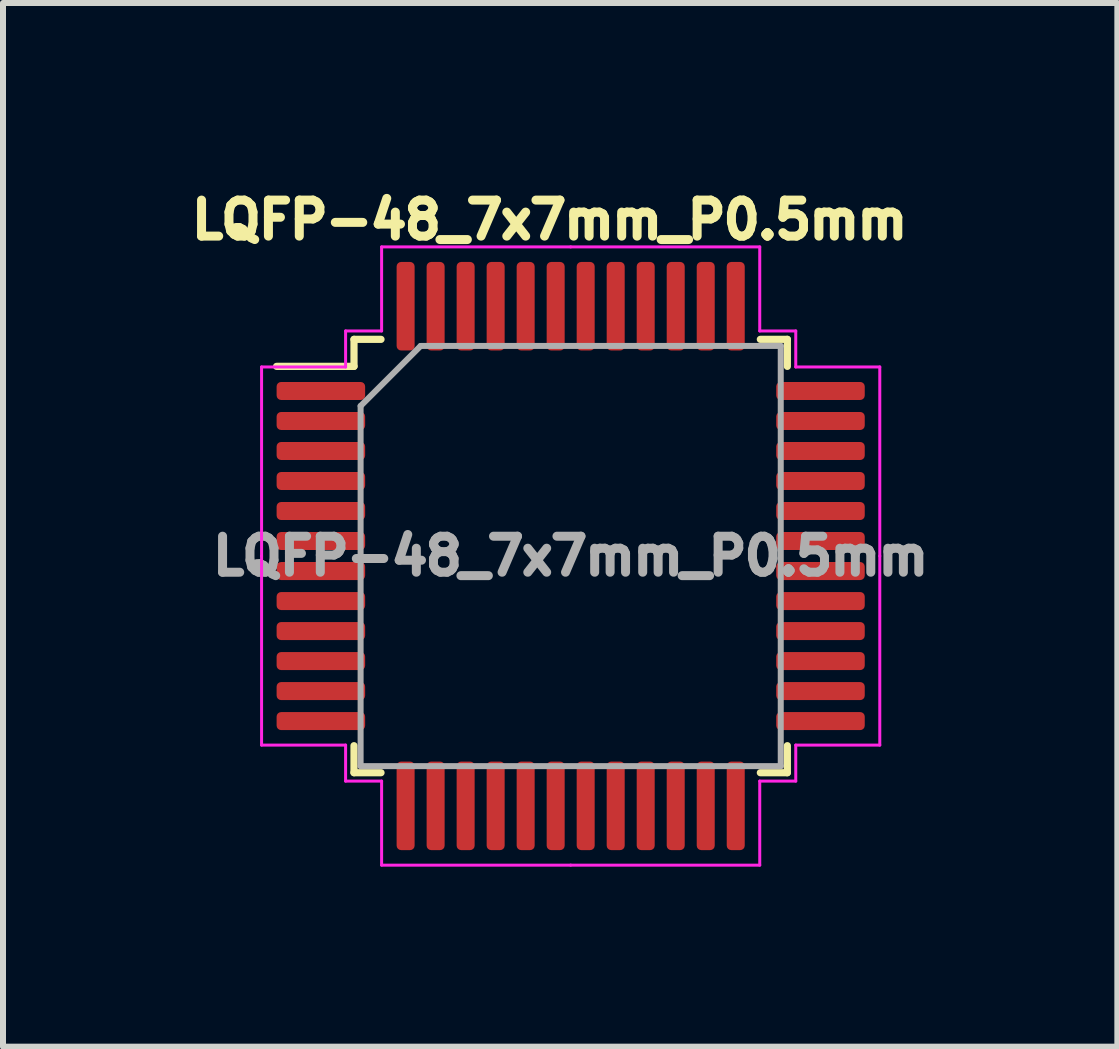
<source format=kicad_pcb>
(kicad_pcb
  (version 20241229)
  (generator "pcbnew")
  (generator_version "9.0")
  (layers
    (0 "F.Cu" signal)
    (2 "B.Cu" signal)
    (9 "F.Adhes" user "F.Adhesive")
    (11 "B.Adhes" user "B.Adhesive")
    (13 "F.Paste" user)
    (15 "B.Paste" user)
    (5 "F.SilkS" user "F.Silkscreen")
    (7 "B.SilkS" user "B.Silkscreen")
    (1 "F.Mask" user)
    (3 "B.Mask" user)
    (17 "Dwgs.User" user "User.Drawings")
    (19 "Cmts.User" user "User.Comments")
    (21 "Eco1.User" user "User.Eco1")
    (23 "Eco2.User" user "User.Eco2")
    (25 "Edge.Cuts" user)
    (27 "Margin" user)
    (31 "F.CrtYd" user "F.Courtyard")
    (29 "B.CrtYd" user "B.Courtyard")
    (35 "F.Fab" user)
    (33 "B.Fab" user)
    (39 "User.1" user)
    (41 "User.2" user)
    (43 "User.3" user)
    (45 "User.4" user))
  (footprint "LQFP-48_7x7mm_P0.5mm"
    (layer "F.Cu")
    (at 6.458 6.214)
    (property "Reference" "LQFP-48_7x7mm_P0.5mm" (at -0.35 -5.6 180) (layer "F.SilkS") (effects (font (size 0.6 0.6) (thickness 0.15))))
    (attr smd)
    (fp_line (start -3.61 -3.61) (end -3.61 -3.16) (stroke (width 0.12) (type solid)) (layer "F.SilkS"))
    (fp_line (start -3.61 -3.16) (end -4.9 -3.16) (stroke (width 0.12) (type solid)) (layer "F.SilkS"))
    (fp_line (start -3.61 3.61) (end -3.61 3.16) (stroke (width 0.12) (type solid)) (layer "F.SilkS"))
    (fp_line (start -3.16 -3.61) (end -3.61 -3.61) (stroke (width 0.12) (type solid)) (layer "F.SilkS"))
    (fp_line (start -3.16 3.61) (end -3.61 3.61) (stroke (width 0.12) (type solid)) (layer "F.SilkS"))
    (fp_line (start 3.16 -3.61) (end 3.61 -3.61) (stroke (width 0.12) (type solid)) (layer "F.SilkS"))
    (fp_line (start 3.16 3.61) (end 3.61 3.61) (stroke (width 0.12) (type solid)) (layer "F.SilkS"))
    (fp_line (start 3.61 -3.61) (end 3.61 -3.16) (stroke (width 0.12) (type solid)) (layer "F.SilkS"))
    (fp_line (start 3.61 3.61) (end 3.61 3.16) (stroke (width 0.12) (type solid)) (layer "F.SilkS"))
    (fp_line (start -5.15 -3.15) (end -5.15 0) (stroke (width 0.05) (type solid)) (layer "F.CrtYd"))
    (fp_line (start -5.15 3.15) (end -5.15 0) (stroke (width 0.05) (type solid)) (layer "F.CrtYd"))
    (fp_line (start -3.75 -3.75) (end -3.75 -3.15) (stroke (width 0.05) (type solid)) (layer "F.CrtYd"))
    (fp_line (start -3.75 -3.15) (end -5.15 -3.15) (stroke (width 0.05) (type solid)) (layer "F.CrtYd"))
    (fp_line (start -3.75 3.15) (end -5.15 3.15) (stroke (width 0.05) (type solid)) (layer "F.CrtYd"))
    (fp_line (start -3.75 3.75) (end -3.75 3.15) (stroke (width 0.05) (type solid)) (layer "F.CrtYd"))
    (fp_line (start -3.15 -5.15) (end -3.15 -3.75) (stroke (width 0.05) (type solid)) (layer "F.CrtYd"))
    (fp_line (start -3.15 -3.75) (end -3.75 -3.75) (stroke (width 0.05) (type solid)) (layer "F.CrtYd"))
    (fp_line (start -3.15 3.75) (end -3.75 3.75) (stroke (width 0.05) (type solid)) (layer "F.CrtYd"))
    (fp_line (start -3.15 5.15) (end -3.15 3.75) (stroke (width 0.05) (type solid)) (layer "F.CrtYd"))
    (fp_line (start 0 -5.15) (end -3.15 -5.15) (stroke (width 0.05) (type solid)) (layer "F.CrtYd"))
    (fp_line (start 0 -5.15) (end 3.15 -5.15) (stroke (width 0.05) (type solid)) (layer "F.CrtYd"))
    (fp_line (start 0 5.15) (end -3.15 5.15) (stroke (width 0.05) (type solid)) (layer "F.CrtYd"))
    (fp_line (start 0 5.15) (end 3.15 5.15) (stroke (width 0.05) (type solid)) (layer "F.CrtYd"))
    (fp_line (start 3.15 -5.15) (end 3.15 -3.75) (stroke (width 0.05) (type solid)) (layer "F.CrtYd"))
    (fp_line (start 3.15 -3.75) (end 3.75 -3.75) (stroke (width 0.05) (type solid)) (layer "F.CrtYd"))
    (fp_line (start 3.15 3.75) (end 3.75 3.75) (stroke (width 0.05) (type solid)) (layer "F.CrtYd"))
    (fp_line (start 3.15 5.15) (end 3.15 3.75) (stroke (width 0.05) (type solid)) (layer "F.CrtYd"))
    (fp_line (start 3.75 -3.75) (end 3.75 -3.15) (stroke (width 0.05) (type solid)) (layer "F.CrtYd"))
    (fp_line (start 3.75 -3.15) (end 5.15 -3.15) (stroke (width 0.05) (type solid)) (layer "F.CrtYd"))
    (fp_line (start 3.75 3.15) (end 5.15 3.15) (stroke (width 0.05) (type solid)) (layer "F.CrtYd"))
    (fp_line (start 3.75 3.75) (end 3.75 3.15) (stroke (width 0.05) (type solid)) (layer "F.CrtYd"))
    (fp_line (start 5.15 -3.15) (end 5.15 0) (stroke (width 0.05) (type solid)) (layer "F.CrtYd"))
    (fp_line (start 5.15 3.15) (end 5.15 0) (stroke (width 0.05) (type solid)) (layer "F.CrtYd"))
    (fp_line (start -3.5 -2.5) (end -2.5 -3.5) (stroke (width 0.1) (type solid)) (layer "F.Fab"))
    (fp_line (start -3.5 3.5) (end -3.5 -2.5) (stroke (width 0.1) (type solid)) (layer "F.Fab"))
    (fp_line (start -2.5 -3.5) (end 3.5 -3.5) (stroke (width 0.1) (type solid)) (layer "F.Fab"))
    (fp_line (start 3.5 -3.5) (end 3.5 3.5) (stroke (width 0.1) (type solid)) (layer "F.Fab"))
    (fp_line (start 3.5 3.5) (end -3.5 3.5) (stroke (width 0.1) (type solid)) (layer "F.Fab"))
    (fp_text user "${REFERENCE}" (at 0 0 180) (layer "F.Fab") (effects (font (size 0.6 0.6) (thickness 0.15))))
    (pad "1" smd roundrect (at -4.162 -2.75) (size 1.475 0.3) (layers "F.Cu" "F.Mask" "F.Paste") (roundrect_rratio 0.25))
    (pad "2" smd roundrect (at -4.162 -2.25) (size 1.475 0.3) (layers "F.Cu" "F.Mask" "F.Paste") (roundrect_rratio 0.25))
    (pad "3" smd roundrect (at -4.162 -1.75) (size 1.475 0.3) (layers "F.Cu" "F.Mask" "F.Paste") (roundrect_rratio 0.25))
    (pad "4" smd roundrect (at -4.162 -1.25) (size 1.475 0.3) (layers "F.Cu" "F.Mask" "F.Paste") (roundrect_rratio 0.25))
    (pad "5" smd roundrect (at -4.162 -0.75) (size 1.475 0.3) (layers "F.Cu" "F.Mask" "F.Paste") (roundrect_rratio 0.25))
    (pad "6" smd roundrect (at -4.162 -0.25) (size 1.475 0.3) (layers "F.Cu" "F.Mask" "F.Paste") (roundrect_rratio 0.25))
    (pad "7" smd roundrect (at -4.162 0.25) (size 1.475 0.3) (layers "F.Cu" "F.Mask" "F.Paste") (roundrect_rratio 0.25))
    (pad "8" smd roundrect (at -4.162 0.75) (size 1.475 0.3) (layers "F.Cu" "F.Mask" "F.Paste") (roundrect_rratio 0.25))
    (pad "9" smd roundrect (at -4.162 1.25) (size 1.475 0.3) (layers "F.Cu" "F.Mask" "F.Paste") (roundrect_rratio 0.25))
    (pad "10" smd roundrect (at -4.162 1.75) (size 1.475 0.3) (layers "F.Cu" "F.Mask" "F.Paste") (roundrect_rratio 0.25))
    (pad "11" smd roundrect (at -4.162 2.25) (size 1.475 0.3) (layers "F.Cu" "F.Mask" "F.Paste") (roundrect_rratio 0.25))
    (pad "12" smd roundrect (at -4.162 2.75) (size 1.475 0.3) (layers "F.Cu" "F.Mask" "F.Paste") (roundrect_rratio 0.25))
    (pad "13" smd roundrect (at -2.75 4.162) (size 0.3 1.475) (layers "F.Cu" "F.Mask" "F.Paste") (roundrect_rratio 0.25))
    (pad "14" smd roundrect (at -2.25 4.162) (size 0.3 1.475) (layers "F.Cu" "F.Mask" "F.Paste") (roundrect_rratio 0.25))
    (pad "15" smd roundrect (at -1.75 4.162) (size 0.3 1.475) (layers "F.Cu" "F.Mask" "F.Paste") (roundrect_rratio 0.25))
    (pad "16" smd roundrect (at -1.25 4.162) (size 0.3 1.475) (layers "F.Cu" "F.Mask" "F.Paste") (roundrect_rratio 0.25))
    (pad "17" smd roundrect (at -0.75 4.162) (size 0.3 1.475) (layers "F.Cu" "F.Mask" "F.Paste") (roundrect_rratio 0.25))
    (pad "18" smd roundrect (at -0.25 4.162) (size 0.3 1.475) (layers "F.Cu" "F.Mask" "F.Paste") (roundrect_rratio 0.25))
    (pad "19" smd roundrect (at 0.25 4.162) (size 0.3 1.475) (layers "F.Cu" "F.Mask" "F.Paste") (roundrect_rratio 0.25))
    (pad "20" smd roundrect (at 0.75 4.162) (size 0.3 1.475) (layers "F.Cu" "F.Mask" "F.Paste") (roundrect_rratio 0.25))
    (pad "21" smd roundrect (at 1.25 4.162) (size 0.3 1.475) (layers "F.Cu" "F.Mask" "F.Paste") (roundrect_rratio 0.25))
    (pad "22" smd roundrect (at 1.75 4.162) (size 0.3 1.475) (layers "F.Cu" "F.Mask" "F.Paste") (roundrect_rratio 0.25))
    (pad "23" smd roundrect (at 2.25 4.162) (size 0.3 1.475) (layers "F.Cu" "F.Mask" "F.Paste") (roundrect_rratio 0.25))
    (pad "24" smd roundrect (at 2.75 4.162) (size 0.3 1.475) (layers "F.Cu" "F.Mask" "F.Paste") (roundrect_rratio 0.25))
    (pad "25" smd roundrect (at 4.162 2.75) (size 1.475 0.3) (layers "F.Cu" "F.Mask" "F.Paste") (roundrect_rratio 0.25))
    (pad "26" smd roundrect (at 4.162 2.25) (size 1.475 0.3) (layers "F.Cu" "F.Mask" "F.Paste") (roundrect_rratio 0.25))
    (pad "27" smd roundrect (at 4.162 1.75) (size 1.475 0.3) (layers "F.Cu" "F.Mask" "F.Paste") (roundrect_rratio 0.25))
    (pad "28" smd roundrect (at 4.162 1.25) (size 1.475 0.3) (layers "F.Cu" "F.Mask" "F.Paste") (roundrect_rratio 0.25))
    (pad "29" smd roundrect (at 4.162 0.75) (size 1.475 0.3) (layers "F.Cu" "F.Mask" "F.Paste") (roundrect_rratio 0.25))
    (pad "30" smd roundrect (at 4.162 0.25) (size 1.475 0.3) (layers "F.Cu" "F.Mask" "F.Paste") (roundrect_rratio 0.25))
    (pad "31" smd roundrect (at 4.162 -0.25) (size 1.475 0.3) (layers "F.Cu" "F.Mask" "F.Paste") (roundrect_rratio 0.25))
    (pad "32" smd roundrect (at 4.162 -0.75) (size 1.475 0.3) (layers "F.Cu" "F.Mask" "F.Paste") (roundrect_rratio 0.25))
    (pad "33" smd roundrect (at 4.162 -1.25) (size 1.475 0.3) (layers "F.Cu" "F.Mask" "F.Paste") (roundrect_rratio 0.25))
    (pad "34" smd roundrect (at 4.162 -1.75) (size 1.475 0.3) (layers "F.Cu" "F.Mask" "F.Paste") (roundrect_rratio 0.25))
    (pad "35" smd roundrect (at 4.162 -2.25) (size 1.475 0.3) (layers "F.Cu" "F.Mask" "F.Paste") (roundrect_rratio 0.25))
    (pad "36" smd roundrect (at 4.162 -2.75) (size 1.475 0.3) (layers "F.Cu" "F.Mask" "F.Paste") (roundrect_rratio 0.25))
    (pad "37" smd roundrect (at 2.75 -4.162) (size 0.3 1.475) (layers "F.Cu" "F.Mask" "F.Paste") (roundrect_rratio 0.25))
    (pad "38" smd roundrect (at 2.25 -4.162) (size 0.3 1.475) (layers "F.Cu" "F.Mask" "F.Paste") (roundrect_rratio 0.25))
    (pad "39" smd roundrect (at 1.75 -4.162) (size 0.3 1.475) (layers "F.Cu" "F.Mask" "F.Paste") (roundrect_rratio 0.25))
    (pad "40" smd roundrect (at 1.25 -4.162) (size 0.3 1.475) (layers "F.Cu" "F.Mask" "F.Paste") (roundrect_rratio 0.25))
    (pad "41" smd roundrect (at 0.75 -4.162) (size 0.3 1.475) (layers "F.Cu" "F.Mask" "F.Paste") (roundrect_rratio 0.25))
    (pad "42" smd roundrect (at 0.25 -4.162) (size 0.3 1.475) (layers "F.Cu" "F.Mask" "F.Paste") (roundrect_rratio 0.25))
    (pad "43" smd roundrect (at -0.25 -4.162) (size 0.3 1.475) (layers "F.Cu" "F.Mask" "F.Paste") (roundrect_rratio 0.25))
    (pad "44" smd roundrect (at -0.75 -4.162) (size 0.3 1.475) (layers "F.Cu" "F.Mask" "F.Paste") (roundrect_rratio 0.25))
    (pad "45" smd roundrect (at -1.25 -4.162) (size 0.3 1.475) (layers "F.Cu" "F.Mask" "F.Paste") (roundrect_rratio 0.25))
    (pad "46" smd roundrect (at -1.75 -4.162) (size 0.3 1.475) (layers "F.Cu" "F.Mask" "F.Paste") (roundrect_rratio 0.25))
    (pad "47" smd roundrect (at -2.25 -4.162) (size 0.3 1.475) (layers "F.Cu" "F.Mask" "F.Paste") (roundrect_rratio 0.25))
    (pad "48" smd roundrect (at -2.75 -4.162) (size 0.3 1.475) (layers "F.Cu" "F.Mask" "F.Paste") (roundrect_rratio 0.25)))
  (gr_rect
    (start -3 -3)
    (end 15.566 14.389)
    (stroke (width 0.1) (type default))
    (fill no)
    (layer "Edge.Cuts")))
</source>
